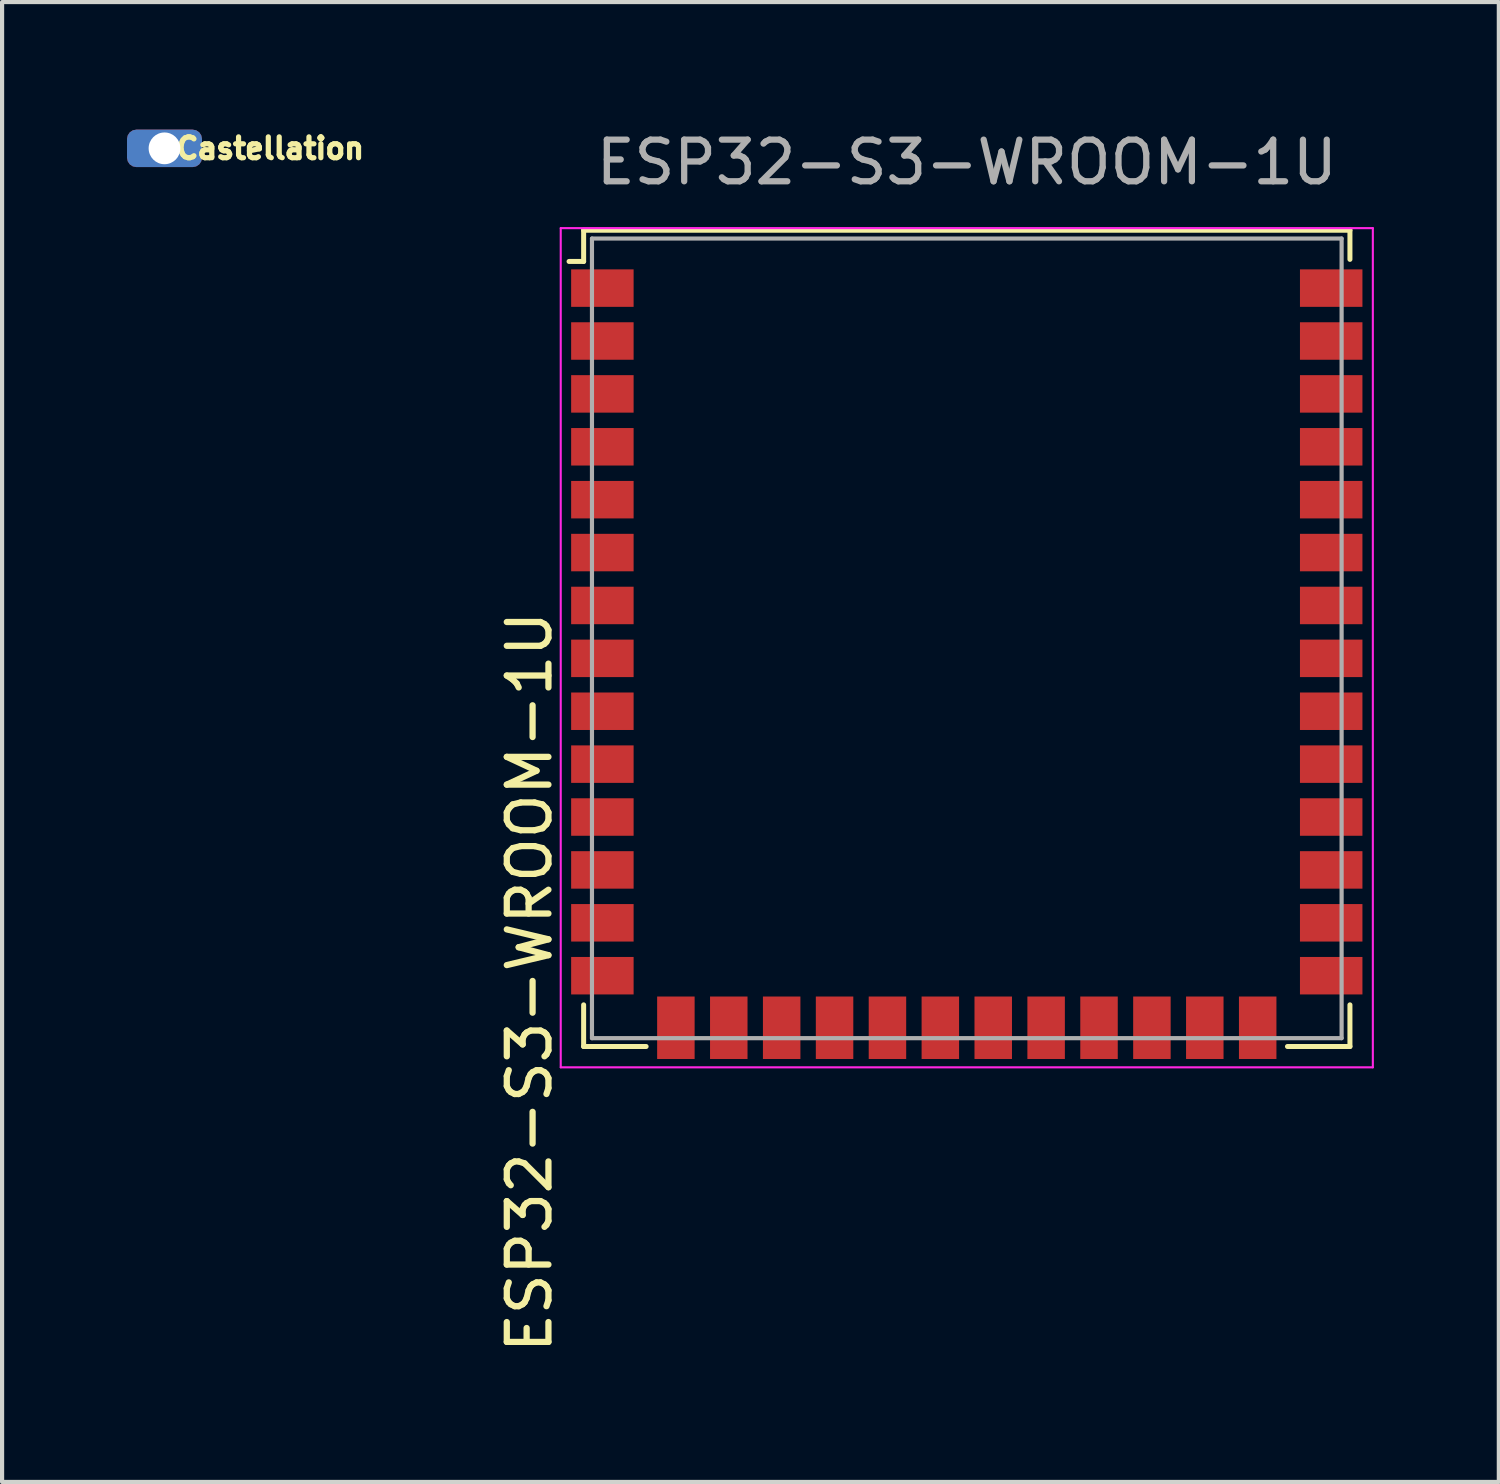
<source format=kicad_pcb>
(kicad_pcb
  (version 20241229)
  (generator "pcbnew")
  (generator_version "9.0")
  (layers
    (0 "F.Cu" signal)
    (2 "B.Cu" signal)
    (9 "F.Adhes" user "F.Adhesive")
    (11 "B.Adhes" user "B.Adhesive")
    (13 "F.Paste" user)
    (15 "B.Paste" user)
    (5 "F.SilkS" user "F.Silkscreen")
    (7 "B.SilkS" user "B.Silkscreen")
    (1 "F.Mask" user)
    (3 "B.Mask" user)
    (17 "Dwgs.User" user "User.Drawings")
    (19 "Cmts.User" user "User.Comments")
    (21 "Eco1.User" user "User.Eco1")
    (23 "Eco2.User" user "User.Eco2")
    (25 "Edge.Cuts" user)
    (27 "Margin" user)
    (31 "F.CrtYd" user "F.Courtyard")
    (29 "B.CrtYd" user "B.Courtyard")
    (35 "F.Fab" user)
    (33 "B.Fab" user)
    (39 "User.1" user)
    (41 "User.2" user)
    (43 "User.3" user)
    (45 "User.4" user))
  (footprint "ESP32-S3-WROOM-1U"
    (layer "F.Cu")
    (at 20.164 12.278)
    (property "Reference" "ESP32-S3-WROOM-1U" (at -10.5 8.25 90) (unlocked yes) (layer "F.SilkS") (effects (font (size 1 1) (thickness 0.15))))
    (attr smd)
    (fp_line (start -9.2 -9.8) (end 9.2 -9.8) (stroke (width 0.12) (type solid)) (layer "F.SilkS"))
    (fp_line (start -9.2 -9.05) (end -9.55 -9.05) (stroke (width 0.12) (type solid)) (layer "F.SilkS"))
    (fp_line (start -9.2 -9.05) (end -9.2 -9.8) (stroke (width 0.12) (type solid)) (layer "F.SilkS"))
    (fp_line (start -9.2 8.8) (end -9.2 9.8) (stroke (width 0.12) (type solid)) (layer "F.SilkS"))
    (fp_line (start -9.2 9.8) (end -7.7 9.8) (stroke (width 0.12) (type solid)) (layer "F.SilkS"))
    (fp_line (start 9.2 -9.8) (end 9.2 -9.1) (stroke (width 0.12) (type solid)) (layer "F.SilkS"))
    (fp_line (start 9.2 9.8) (end 7.7 9.8) (stroke (width 0.12) (type solid)) (layer "F.SilkS"))
    (fp_line (start 9.2 9.8) (end 9.2 8.8) (stroke (width 0.12) (type solid)) (layer "F.SilkS"))
    (fp_line (start -9.75 10.3) (end -9.75 -9.85) (stroke (width 0.05) (type solid)) (layer "F.CrtYd"))
    (fp_line (start -9.75 10.3) (end 9.75 10.3) (stroke (width 0.05) (type solid)) (layer "F.CrtYd"))
    (fp_line (start 9.75 -9.85) (end -9.75 -9.85) (stroke (width 0.05) (type solid)) (layer "F.CrtYd"))
    (fp_line (start 9.75 -9.85) (end 9.75 10.3) (stroke (width 0.05) (type solid)) (layer "F.CrtYd"))
    (fp_line (start -9 -9.6) (end 9 -9.6) (stroke (width 0.1) (type solid)) (layer "F.Fab"))
    (fp_line (start -9 9.6) (end -9 -9.6) (stroke (width 0.1) (type solid)) (layer "F.Fab"))
    (fp_line (start -9 9.6) (end 9 9.6) (stroke (width 0.1) (type solid)) (layer "F.Fab"))
    (fp_line (start 9 9.6) (end 9 -9.6) (stroke (width 0.1) (type solid)) (layer "F.Fab"))
    (fp_text user "${REFERENCE}" (at 0 -11.43 0) (unlocked yes) (layer "F.Fab") (effects (font (size 1 1) (thickness 0.15))))
    (pad "1" smd rect (at -8.75 -8.41) (size 1.5 0.9) (layers "F.Cu" "F.Mask" "F.Paste"))
    (pad "2" smd rect (at -8.75 -7.14) (size 1.5 0.9) (layers "F.Cu" "F.Mask" "F.Paste"))
    (pad "3" smd rect (at -8.75 -5.87) (size 1.5 0.9) (layers "F.Cu" "F.Mask" "F.Paste"))
    (pad "4" smd rect (at -8.75 -4.6) (size 1.5 0.9) (layers "F.Cu" "F.Mask" "F.Paste"))
    (pad "5" smd rect (at -8.75 -3.33) (size 1.5 0.9) (layers "F.Cu" "F.Mask" "F.Paste"))
    (pad "6" smd rect (at -8.75 -2.06) (size 1.5 0.9) (layers "F.Cu" "F.Mask" "F.Paste"))
    (pad "7" smd rect (at -8.75 -0.79) (size 1.5 0.9) (layers "F.Cu" "F.Mask" "F.Paste"))
    (pad "8" smd rect (at -8.75 0.48) (size 1.5 0.9) (layers "F.Cu" "F.Mask" "F.Paste"))
    (pad "9" smd rect (at -8.75 1.75) (size 1.5 0.9) (layers "F.Cu" "F.Mask" "F.Paste"))
    (pad "10" smd rect (at -8.75 3.02) (size 1.5 0.9) (layers "F.Cu" "F.Mask" "F.Paste"))
    (pad "11" smd rect (at -8.75 4.29) (size 1.5 0.9) (layers "F.Cu" "F.Mask" "F.Paste"))
    (pad "12" smd rect (at -8.75 5.56) (size 1.5 0.9) (layers "F.Cu" "F.Mask" "F.Paste"))
    (pad "13" smd rect (at -8.75 6.83) (size 1.5 0.9) (layers "F.Cu" "F.Mask" "F.Paste"))
    (pad "14" smd rect (at -8.75 8.1 180) (size 1.5 0.9) (layers "F.Cu" "F.Mask" "F.Paste"))
    (pad "15" smd rect (at -6.985 9.35 270) (size 1.5 0.9) (layers "F.Cu" "F.Mask" "F.Paste"))
    (pad "16" smd rect (at -5.715 9.35 270) (size 1.5 0.9) (layers "F.Cu" "F.Mask" "F.Paste"))
    (pad "17" smd rect (at -4.445 9.35 270) (size 1.5 0.9) (layers "F.Cu" "F.Mask" "F.Paste"))
    (pad "18" smd rect (at -3.175 9.35 270) (size 1.5 0.9) (layers "F.Cu" "F.Mask" "F.Paste"))
    (pad "19" smd rect (at -1.905 9.35 270) (size 1.5 0.9) (layers "F.Cu" "F.Mask" "F.Paste"))
    (pad "20" smd rect (at -0.635 9.35 270) (size 1.5 0.9) (layers "F.Cu" "F.Mask" "F.Paste"))
    (pad "21" smd rect (at 0.635 9.35 270) (size 1.5 0.9) (layers "F.Cu" "F.Mask" "F.Paste"))
    (pad "22" smd rect (at 1.905 9.35 270) (size 1.5 0.9) (layers "F.Cu" "F.Mask" "F.Paste"))
    (pad "23" smd rect (at 3.175 9.35 270) (size 1.5 0.9) (layers "F.Cu" "F.Mask" "F.Paste"))
    (pad "24" smd rect (at 4.445 9.35 270) (size 1.5 0.9) (layers "F.Cu" "F.Mask" "F.Paste"))
    (pad "25" smd rect (at 5.715 9.35 270) (size 1.5 0.9) (layers "F.Cu" "F.Mask" "F.Paste"))
    (pad "26" smd rect (at 6.985 9.35 270) (size 1.5 0.9) (layers "F.Cu" "F.Mask" "F.Paste"))
    (pad "27" smd rect (at 8.75 8.1) (size 1.5 0.9) (layers "F.Cu" "F.Mask" "F.Paste"))
    (pad "28" smd rect (at 8.75 6.83) (size 1.5 0.9) (layers "F.Cu" "F.Mask" "F.Paste"))
    (pad "29" smd rect (at 8.75 5.56) (size 1.5 0.9) (layers "F.Cu" "F.Mask" "F.Paste"))
    (pad "30" smd rect (at 8.75 4.29) (size 1.5 0.9) (layers "F.Cu" "F.Mask" "F.Paste"))
    (pad "31" smd rect (at 8.75 3.02) (size 1.5 0.9) (layers "F.Cu" "F.Mask" "F.Paste"))
    (pad "32" smd rect (at 8.75 1.75) (size 1.5 0.9) (layers "F.Cu" "F.Mask" "F.Paste"))
    (pad "33" smd rect (at 8.75 0.48) (size 1.5 0.9) (layers "F.Cu" "F.Mask" "F.Paste"))
    (pad "34" smd rect (at 8.75 -0.79) (size 1.5 0.9) (layers "F.Cu" "F.Mask" "F.Paste"))
    (pad "35" smd rect (at 8.75 -2.06) (size 1.5 0.9) (layers "F.Cu" "F.Mask" "F.Paste"))
    (pad "36" smd rect (at 8.75 -3.33) (size 1.5 0.9) (layers "F.Cu" "F.Mask" "F.Paste"))
    (pad "37" smd rect (at 8.75 -4.6) (size 1.5 0.9) (layers "F.Cu" "F.Mask" "F.Paste"))
    (pad "38" smd rect (at 8.75 -5.87) (size 1.5 0.9) (layers "F.Cu" "F.Mask" "F.Paste"))
    (pad "39" smd rect (at 8.75 -7.14) (size 1.5 0.9) (layers "F.Cu" "F.Mask" "F.Paste"))
    (pad "40" smd rect (at 8.75 -8.41) (size 1.5 0.9) (layers "F.Cu" "F.Mask" "F.Paste")))
  (footprint "Castellation"
    (layer "F.Cu")
    (at 0.9 0.512)
    (property "Reference" "Castellation" (at 2.54 0 0) (unlocked yes) (layer "F.SilkS") (effects (font (size 0.5 0.5) (thickness 0.125))))
    (pad "1" thru_hole roundrect (at 0 0) (size 1.8 0.9) (drill 0.762) (layers "*.Cu" "*.Mask") (roundrect_rratio 0.25)))
  (gr_rect
    (start -3 -3)
    (end 32.939 32.534)
    (stroke (width 0.1) (type default))
    (fill no)
    (layer "Edge.Cuts")))
</source>
